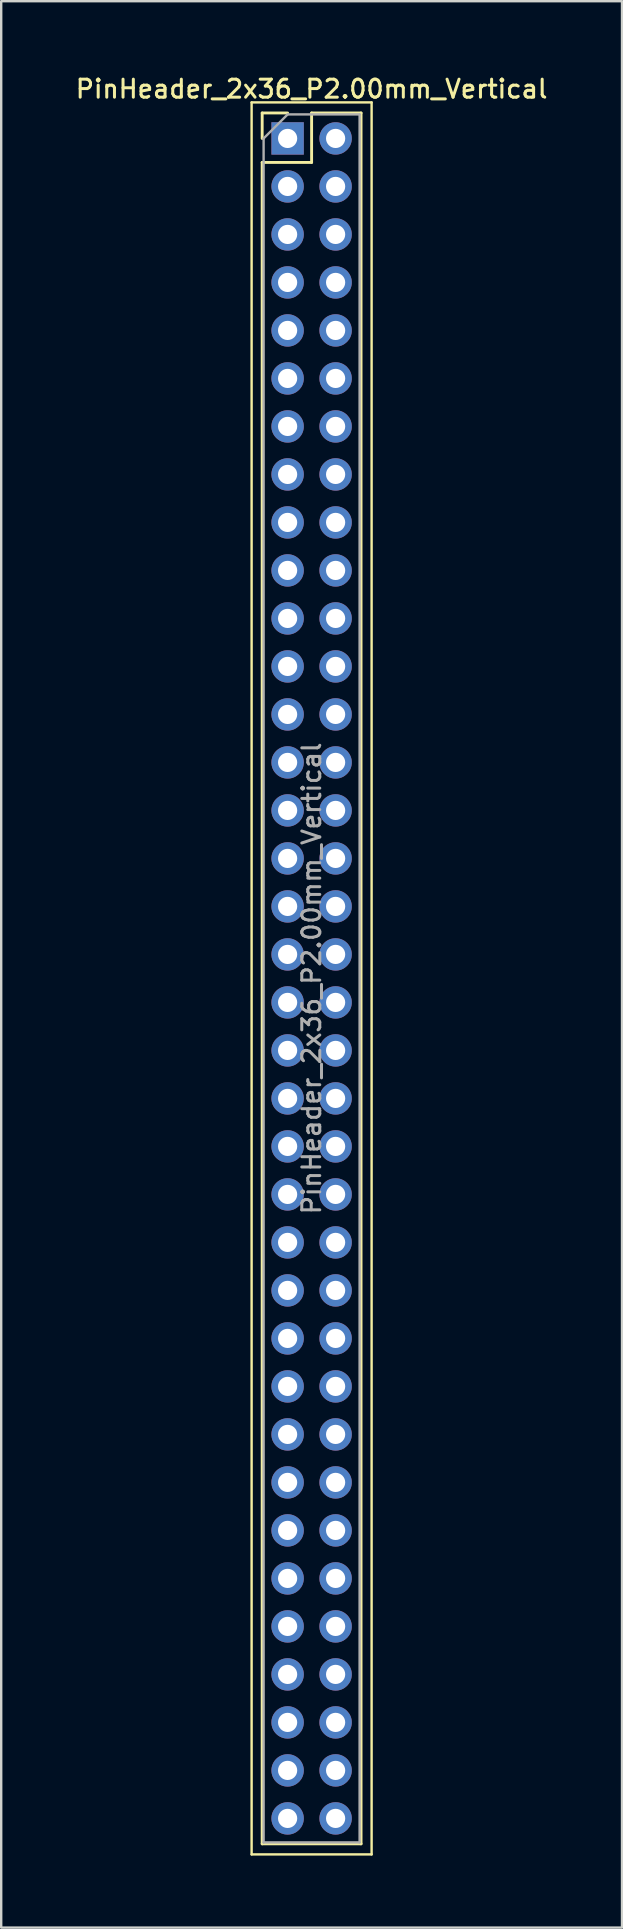
<source format=kicad_pcb>
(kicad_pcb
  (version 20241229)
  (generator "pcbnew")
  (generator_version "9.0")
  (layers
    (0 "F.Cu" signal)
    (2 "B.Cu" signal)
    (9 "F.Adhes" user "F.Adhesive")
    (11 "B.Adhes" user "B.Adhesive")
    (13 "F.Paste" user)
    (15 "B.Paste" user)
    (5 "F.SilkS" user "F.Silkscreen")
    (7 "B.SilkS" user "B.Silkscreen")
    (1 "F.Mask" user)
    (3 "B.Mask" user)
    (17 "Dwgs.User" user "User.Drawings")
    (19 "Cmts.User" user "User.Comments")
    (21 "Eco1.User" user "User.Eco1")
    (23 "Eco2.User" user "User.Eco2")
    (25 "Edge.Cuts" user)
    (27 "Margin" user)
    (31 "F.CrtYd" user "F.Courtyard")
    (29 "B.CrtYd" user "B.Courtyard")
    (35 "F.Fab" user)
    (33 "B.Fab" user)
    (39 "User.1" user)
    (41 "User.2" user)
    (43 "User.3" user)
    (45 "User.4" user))
  (footprint "PinHeader_2x36_P2.00mm_Vertical"
    (layer "F.Cu")
    (at 8.934 2.718)
    (property "Reference" "PinHeader_2x36_P2.00mm_Vertical" (at 1 -2.06 0) (layer "F.SilkS") (effects (font (size 0.75 0.75) (thickness 0.125))))
    (attr through_hole)
    (fp_line (start -1.5 -1.5) (end -1.5 71.5) (stroke (width 0.1) (type solid)) (layer "F.SilkS"))
    (fp_line (start -1.5 71.5) (end 3.5 71.5) (stroke (width 0.1) (type solid)) (layer "F.SilkS"))
    (fp_line (start -1.06 -1.06) (end 0 -1.06) (stroke (width 0.12) (type solid)) (layer "F.SilkS"))
    (fp_line (start -1.06 0) (end -1.06 -1.06) (stroke (width 0.12) (type solid)) (layer "F.SilkS"))
    (fp_line (start -1.06 1) (end -1.06 71.06) (stroke (width 0.12) (type solid)) (layer "F.SilkS"))
    (fp_line (start -1.06 1) (end 1 1) (stroke (width 0.12) (type solid)) (layer "F.SilkS"))
    (fp_line (start -1.06 71.06) (end 3.06 71.06) (stroke (width 0.12) (type solid)) (layer "F.SilkS"))
    (fp_line (start 1 -1.06) (end 3.06 -1.06) (stroke (width 0.12) (type solid)) (layer "F.SilkS"))
    (fp_line (start 1 1) (end 1 -1.06) (stroke (width 0.12) (type solid)) (layer "F.SilkS"))
    (fp_line (start 3.06 -1.06) (end 3.06 71.06) (stroke (width 0.12) (type solid)) (layer "F.SilkS"))
    (fp_line (start 3.5 -1.5) (end -1.5 -1.5) (stroke (width 0.1) (type solid)) (layer "F.SilkS"))
    (fp_line (start 3.5 71.5) (end 3.5 -1.5) (stroke (width 0.1) (type solid)) (layer "F.SilkS"))
    (fp_line (start -1 0) (end 0 -1) (stroke (width 0.1) (type solid)) (layer "F.Fab"))
    (fp_line (start -1 71) (end -1 0) (stroke (width 0.1) (type solid)) (layer "F.Fab"))
    (fp_line (start 0 -1) (end 3 -1) (stroke (width 0.1) (type solid)) (layer "F.Fab"))
    (fp_line (start 3 -1) (end 3 71) (stroke (width 0.1) (type solid)) (layer "F.Fab"))
    (fp_line (start 3 71) (end -1 71) (stroke (width 0.1) (type solid)) (layer "F.Fab"))
    (fp_text user "${REFERENCE}" (at 1 35 90) (layer "F.Fab") (effects (font (size 0.75 0.75) (thickness 0.125))))
    (pad "1" thru_hole rect (at 0 0) (size 1.35 1.35) (drill 0.8) (layers "*.Cu" "*.Mask"))
    (pad "2" thru_hole oval (at 2 0) (size 1.35 1.35) (drill 0.8) (layers "*.Cu" "*.Mask"))
    (pad "3" thru_hole oval (at 0 2) (size 1.35 1.35) (drill 0.8) (layers "*.Cu" "*.Mask"))
    (pad "4" thru_hole oval (at 2 2) (size 1.35 1.35) (drill 0.8) (layers "*.Cu" "*.Mask"))
    (pad "5" thru_hole oval (at 0 4) (size 1.35 1.35) (drill 0.8) (layers "*.Cu" "*.Mask"))
    (pad "6" thru_hole oval (at 2 4) (size 1.35 1.35) (drill 0.8) (layers "*.Cu" "*.Mask"))
    (pad "7" thru_hole oval (at 0 6) (size 1.35 1.35) (drill 0.8) (layers "*.Cu" "*.Mask"))
    (pad "8" thru_hole oval (at 2 6) (size 1.35 1.35) (drill 0.8) (layers "*.Cu" "*.Mask"))
    (pad "9" thru_hole oval (at 0 8) (size 1.35 1.35) (drill 0.8) (layers "*.Cu" "*.Mask"))
    (pad "10" thru_hole oval (at 2 8) (size 1.35 1.35) (drill 0.8) (layers "*.Cu" "*.Mask"))
    (pad "11" thru_hole oval (at 0 10) (size 1.35 1.35) (drill 0.8) (layers "*.Cu" "*.Mask"))
    (pad "12" thru_hole oval (at 2 10) (size 1.35 1.35) (drill 0.8) (layers "*.Cu" "*.Mask"))
    (pad "13" thru_hole oval (at 0 12) (size 1.35 1.35) (drill 0.8) (layers "*.Cu" "*.Mask"))
    (pad "14" thru_hole oval (at 2 12) (size 1.35 1.35) (drill 0.8) (layers "*.Cu" "*.Mask"))
    (pad "15" thru_hole oval (at 0 14) (size 1.35 1.35) (drill 0.8) (layers "*.Cu" "*.Mask"))
    (pad "16" thru_hole oval (at 2 14) (size 1.35 1.35) (drill 0.8) (layers "*.Cu" "*.Mask"))
    (pad "17" thru_hole oval (at 0 16) (size 1.35 1.35) (drill 0.8) (layers "*.Cu" "*.Mask"))
    (pad "18" thru_hole oval (at 2 16) (size 1.35 1.35) (drill 0.8) (layers "*.Cu" "*.Mask"))
    (pad "19" thru_hole oval (at 0 18) (size 1.35 1.35) (drill 0.8) (layers "*.Cu" "*.Mask"))
    (pad "20" thru_hole oval (at 2 18) (size 1.35 1.35) (drill 0.8) (layers "*.Cu" "*.Mask"))
    (pad "21" thru_hole oval (at 0 20) (size 1.35 1.35) (drill 0.8) (layers "*.Cu" "*.Mask"))
    (pad "22" thru_hole oval (at 2 20) (size 1.35 1.35) (drill 0.8) (layers "*.Cu" "*.Mask"))
    (pad "23" thru_hole oval (at 0 22) (size 1.35 1.35) (drill 0.8) (layers "*.Cu" "*.Mask"))
    (pad "24" thru_hole oval (at 2 22) (size 1.35 1.35) (drill 0.8) (layers "*.Cu" "*.Mask"))
    (pad "25" thru_hole oval (at 0 24) (size 1.35 1.35) (drill 0.8) (layers "*.Cu" "*.Mask"))
    (pad "26" thru_hole oval (at 2 24) (size 1.35 1.35) (drill 0.8) (layers "*.Cu" "*.Mask"))
    (pad "27" thru_hole oval (at 0 26) (size 1.35 1.35) (drill 0.8) (layers "*.Cu" "*.Mask"))
    (pad "28" thru_hole oval (at 2 26) (size 1.35 1.35) (drill 0.8) (layers "*.Cu" "*.Mask"))
    (pad "29" thru_hole oval (at 0 28) (size 1.35 1.35) (drill 0.8) (layers "*.Cu" "*.Mask"))
    (pad "30" thru_hole oval (at 2 28) (size 1.35 1.35) (drill 0.8) (layers "*.Cu" "*.Mask"))
    (pad "31" thru_hole oval (at 0 30) (size 1.35 1.35) (drill 0.8) (layers "*.Cu" "*.Mask"))
    (pad "32" thru_hole oval (at 2 30) (size 1.35 1.35) (drill 0.8) (layers "*.Cu" "*.Mask"))
    (pad "33" thru_hole oval (at 0 32) (size 1.35 1.35) (drill 0.8) (layers "*.Cu" "*.Mask"))
    (pad "34" thru_hole oval (at 2 32) (size 1.35 1.35) (drill 0.8) (layers "*.Cu" "*.Mask"))
    (pad "35" thru_hole oval (at 0 34) (size 1.35 1.35) (drill 0.8) (layers "*.Cu" "*.Mask"))
    (pad "36" thru_hole oval (at 2 34) (size 1.35 1.35) (drill 0.8) (layers "*.Cu" "*.Mask"))
    (pad "37" thru_hole oval (at 0 36) (size 1.35 1.35) (drill 0.8) (layers "*.Cu" "*.Mask"))
    (pad "38" thru_hole oval (at 2 36) (size 1.35 1.35) (drill 0.8) (layers "*.Cu" "*.Mask"))
    (pad "39" thru_hole oval (at 0 38) (size 1.35 1.35) (drill 0.8) (layers "*.Cu" "*.Mask"))
    (pad "40" thru_hole oval (at 2 38) (size 1.35 1.35) (drill 0.8) (layers "*.Cu" "*.Mask"))
    (pad "41" thru_hole oval (at 0 40) (size 1.35 1.35) (drill 0.8) (layers "*.Cu" "*.Mask"))
    (pad "42" thru_hole oval (at 2 40) (size 1.35 1.35) (drill 0.8) (layers "*.Cu" "*.Mask"))
    (pad "43" thru_hole oval (at 0 42) (size 1.35 1.35) (drill 0.8) (layers "*.Cu" "*.Mask"))
    (pad "44" thru_hole oval (at 2 42) (size 1.35 1.35) (drill 0.8) (layers "*.Cu" "*.Mask"))
    (pad "45" thru_hole oval (at 0 44) (size 1.35 1.35) (drill 0.8) (layers "*.Cu" "*.Mask"))
    (pad "46" thru_hole oval (at 2 44) (size 1.35 1.35) (drill 0.8) (layers "*.Cu" "*.Mask"))
    (pad "47" thru_hole oval (at 0 46) (size 1.35 1.35) (drill 0.8) (layers "*.Cu" "*.Mask"))
    (pad "48" thru_hole oval (at 2 46) (size 1.35 1.35) (drill 0.8) (layers "*.Cu" "*.Mask"))
    (pad "49" thru_hole oval (at 0 48) (size 1.35 1.35) (drill 0.8) (layers "*.Cu" "*.Mask"))
    (pad "50" thru_hole oval (at 2 48) (size 1.35 1.35) (drill 0.8) (layers "*.Cu" "*.Mask"))
    (pad "51" thru_hole oval (at 0 50) (size 1.35 1.35) (drill 0.8) (layers "*.Cu" "*.Mask"))
    (pad "52" thru_hole oval (at 2 50) (size 1.35 1.35) (drill 0.8) (layers "*.Cu" "*.Mask"))
    (pad "53" thru_hole oval (at 0 52) (size 1.35 1.35) (drill 0.8) (layers "*.Cu" "*.Mask"))
    (pad "54" thru_hole oval (at 2 52) (size 1.35 1.35) (drill 0.8) (layers "*.Cu" "*.Mask"))
    (pad "55" thru_hole oval (at 0 54) (size 1.35 1.35) (drill 0.8) (layers "*.Cu" "*.Mask"))
    (pad "56" thru_hole oval (at 2 54) (size 1.35 1.35) (drill 0.8) (layers "*.Cu" "*.Mask"))
    (pad "57" thru_hole oval (at 0 56) (size 1.35 1.35) (drill 0.8) (layers "*.Cu" "*.Mask"))
    (pad "58" thru_hole oval (at 2 56) (size 1.35 1.35) (drill 0.8) (layers "*.Cu" "*.Mask"))
    (pad "59" thru_hole oval (at 0 58) (size 1.35 1.35) (drill 0.8) (layers "*.Cu" "*.Mask"))
    (pad "60" thru_hole oval (at 2 58) (size 1.35 1.35) (drill 0.8) (layers "*.Cu" "*.Mask"))
    (pad "61" thru_hole oval (at 0 60) (size 1.35 1.35) (drill 0.8) (layers "*.Cu" "*.Mask"))
    (pad "62" thru_hole oval (at 2 60) (size 1.35 1.35) (drill 0.8) (layers "*.Cu" "*.Mask"))
    (pad "63" thru_hole oval (at 0 62) (size 1.35 1.35) (drill 0.8) (layers "*.Cu" "*.Mask"))
    (pad "64" thru_hole oval (at 2 62) (size 1.35 1.35) (drill 0.8) (layers "*.Cu" "*.Mask"))
    (pad "65" thru_hole oval (at 0 64) (size 1.35 1.35) (drill 0.8) (layers "*.Cu" "*.Mask"))
    (pad "66" thru_hole oval (at 2 64) (size 1.35 1.35) (drill 0.8) (layers "*.Cu" "*.Mask"))
    (pad "67" thru_hole oval (at 0 66) (size 1.35 1.35) (drill 0.8) (layers "*.Cu" "*.Mask"))
    (pad "68" thru_hole oval (at 2 66) (size 1.35 1.35) (drill 0.8) (layers "*.Cu" "*.Mask"))
    (pad "69" thru_hole oval (at 0 68) (size 1.35 1.35) (drill 0.8) (layers "*.Cu" "*.Mask"))
    (pad "70" thru_hole oval (at 2 68) (size 1.35 1.35) (drill 0.8) (layers "*.Cu" "*.Mask"))
    (pad "71" thru_hole oval (at 0 70) (size 1.35 1.35) (drill 0.8) (layers "*.Cu" "*.Mask"))
    (pad "72" thru_hole oval (at 2 70) (size 1.35 1.35) (drill 0.8) (layers "*.Cu" "*.Mask")))
  (gr_rect
    (start -3 -3)
    (end 22.868 77.268)
    (stroke (width 0.1) (type default))
    (fill no)
    (layer "Edge.Cuts")))
</source>
